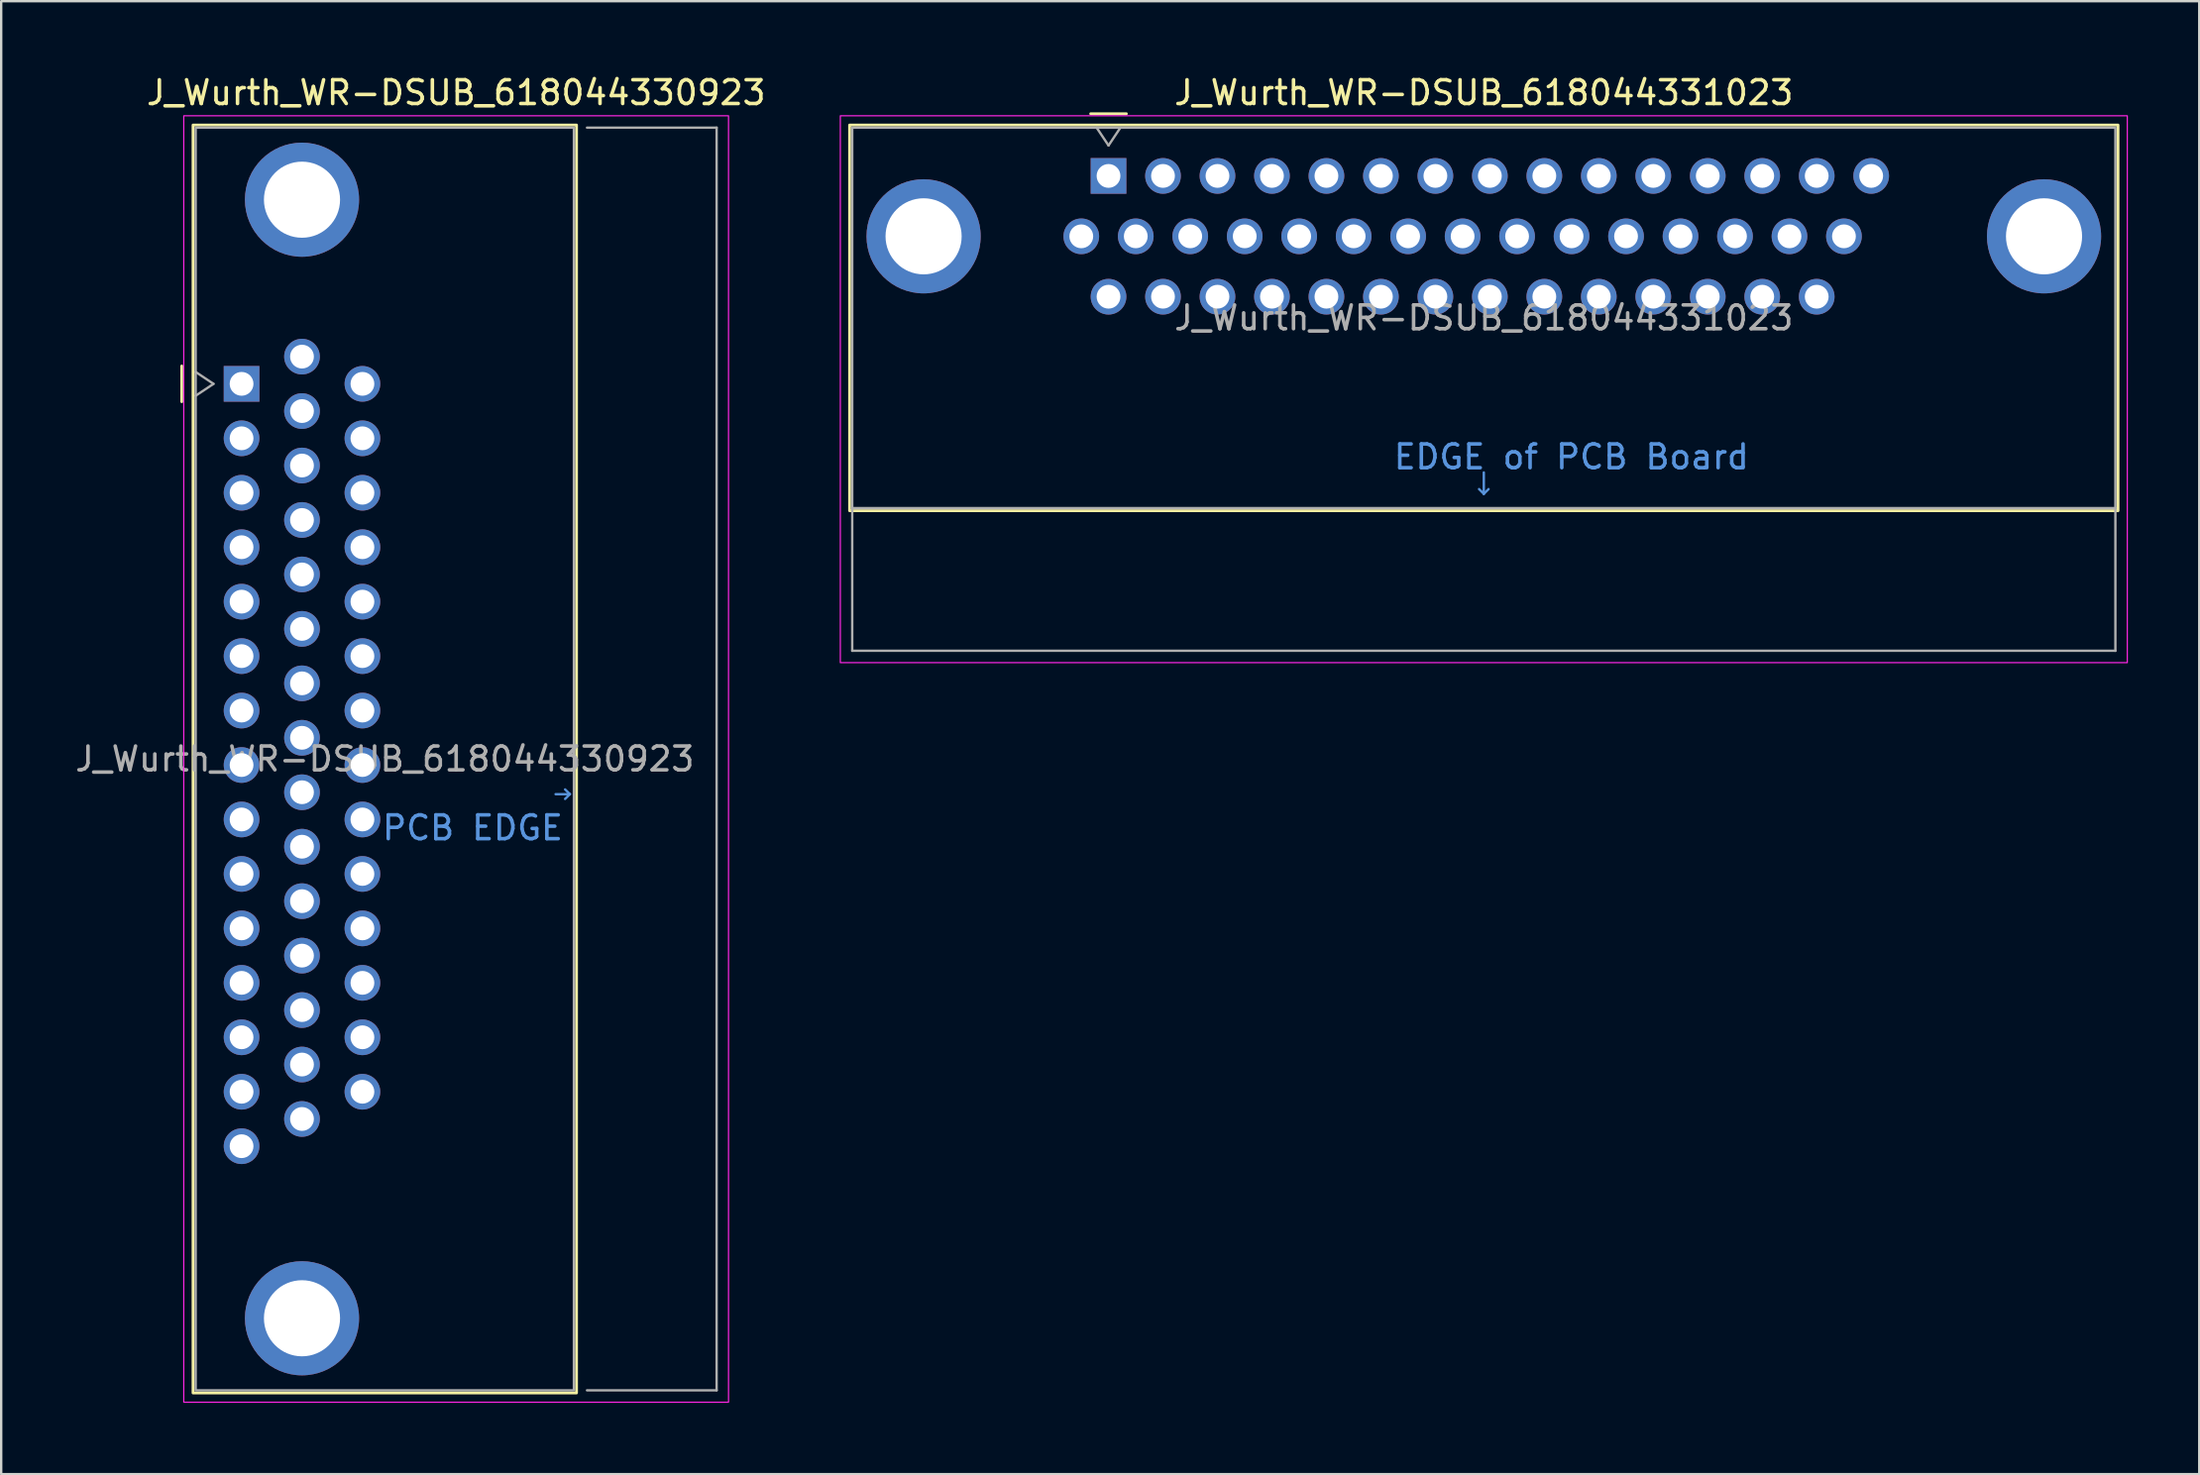
<source format=kicad_pcb>
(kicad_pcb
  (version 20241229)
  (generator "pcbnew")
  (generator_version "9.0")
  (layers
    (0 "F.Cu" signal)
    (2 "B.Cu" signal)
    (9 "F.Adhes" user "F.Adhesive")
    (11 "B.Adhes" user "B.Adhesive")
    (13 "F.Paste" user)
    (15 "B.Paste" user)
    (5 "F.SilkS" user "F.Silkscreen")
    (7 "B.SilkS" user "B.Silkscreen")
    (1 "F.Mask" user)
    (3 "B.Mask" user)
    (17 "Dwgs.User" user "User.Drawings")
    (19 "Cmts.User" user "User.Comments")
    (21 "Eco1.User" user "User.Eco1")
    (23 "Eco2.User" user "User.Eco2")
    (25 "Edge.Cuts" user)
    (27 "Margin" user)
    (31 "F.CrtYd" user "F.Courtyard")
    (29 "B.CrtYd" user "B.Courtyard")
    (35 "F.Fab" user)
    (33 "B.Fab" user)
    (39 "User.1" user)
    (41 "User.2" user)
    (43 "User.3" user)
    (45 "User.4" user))
  (footprint "J_Wurth_WR-DSUB_618044331023"
    (layer "F.Cu")
    (at 43.549 4.348)
    (property "Reference" "J_Wurth_WR-DSUB_618044331023" (at 15.776 -3.5 0) (unlocked yes) (layer "F.SilkS") (effects (font (size 1 1) (thickness 0.15))))
    (attr through_hole)
    (fp_line (start 0.75 -2.615) (end -0.75 -2.615) (stroke (width 0.12) (type solid)) (layer "F.SilkS"))
    (fp_rect (start -10.884 -2.14) (end 42.436 14.08) (stroke (width 0.12) (type solid)) (fill no) (layer "F.SilkS"))
    (fp_line (start 15.776 12.47) (end 15.776 13.37) (stroke (width 0.1) (type solid)) (layer "Cmts.User"))
    (fp_line (start 15.776 13.37) (end 15.576 13.17) (stroke (width 0.1) (type solid)) (layer "Cmts.User"))
    (fp_line (start 15.776 13.37) (end 15.976 13.17) (stroke (width 0.1) (type solid)) (layer "Cmts.User"))
    (fp_rect (start -11.274 -2.53) (end 42.826 20.47) (stroke (width 0.05) (type solid)) (fill no) (layer "F.CrtYd"))
    (fp_line (start -10.774 19.97) (end -10.774 13.97) (stroke (width 0.1) (type solid)) (layer "F.Fab"))
    (fp_line (start 0 -1.28) (end -0.5 -2.03) (stroke (width 0.1) (type solid)) (layer "F.Fab"))
    (fp_line (start 0 -1.28) (end 0.5 -2.03) (stroke (width 0.1) (type solid)) (layer "F.Fab"))
    (fp_line (start 42.326 13.97) (end 42.326 19.97) (stroke (width 0.1) (type solid)) (layer "F.Fab"))
    (fp_line (start 42.326 19.97) (end -10.774 19.97) (stroke (width 0.1) (type solid)) (layer "F.Fab"))
    (fp_rect (start -10.774 -2.03) (end 42.326 13.97) (stroke (width 0.1) (type solid)) (fill no) (layer "F.Fab"))
    (fp_text user " EDGE of PCB Board" (at 11.146 12.4 0) (unlocked yes) (layer "Cmts.User") (effects (font (size 1 1) (thickness 0.15)) (justify left bottom)))
    (fp_text user "${REFERENCE}" (at 15.776 5.97 0) (unlocked yes) (layer "F.Fab") (effects (font (size 1 1) (thickness 0.15))))
    (pad "1" thru_hole rect (at 0 0) (size 1.5 1.5) (drill 1) (layers "*.Cu" "*.Mask"))
    (pad "2" thru_hole circle (at 2.29 0) (size 1.5 1.5) (drill 1) (layers "*.Cu" "*.Mask"))
    (pad "3" thru_hole circle (at 4.58 0) (size 1.5 1.5) (drill 1) (layers "*.Cu" "*.Mask"))
    (pad "4" thru_hole circle (at 6.87 0) (size 1.5 1.5) (drill 1) (layers "*.Cu" "*.Mask"))
    (pad "5" thru_hole circle (at 9.16 0) (size 1.5 1.5) (drill 1) (layers "*.Cu" "*.Mask"))
    (pad "6" thru_hole circle (at 11.45 0) (size 1.5 1.5) (drill 1) (layers "*.Cu" "*.Mask"))
    (pad "7" thru_hole circle (at 13.74 0) (size 1.5 1.5) (drill 1) (layers "*.Cu" "*.Mask"))
    (pad "8" thru_hole circle (at 16.03 0) (size 1.5 1.5) (drill 1) (layers "*.Cu" "*.Mask"))
    (pad "9" thru_hole circle (at 18.32 0) (size 1.5 1.5) (drill 1) (layers "*.Cu" "*.Mask"))
    (pad "10" thru_hole circle (at 20.61 0) (size 1.5 1.5) (drill 1) (layers "*.Cu" "*.Mask"))
    (pad "11" thru_hole circle (at 22.9 0) (size 1.5 1.5) (drill 1) (layers "*.Cu" "*.Mask"))
    (pad "12" thru_hole circle (at 25.19 0) (size 1.5 1.5) (drill 1) (layers "*.Cu" "*.Mask"))
    (pad "13" thru_hole circle (at 27.48 0) (size 1.5 1.5) (drill 1) (layers "*.Cu" "*.Mask"))
    (pad "14" thru_hole circle (at 29.77 0) (size 1.5 1.5) (drill 1) (layers "*.Cu" "*.Mask"))
    (pad "15" thru_hole circle (at 32.06 0) (size 1.5 1.5) (drill 1) (layers "*.Cu" "*.Mask"))
    (pad "16" thru_hole circle (at -1.145 2.54) (size 1.5 1.5) (drill 1) (layers "*.Cu" "*.Mask"))
    (pad "17" thru_hole circle (at 1.145 2.54) (size 1.5 1.5) (drill 1) (layers "*.Cu" "*.Mask"))
    (pad "18" thru_hole circle (at 3.435 2.54) (size 1.5 1.5) (drill 1) (layers "*.Cu" "*.Mask"))
    (pad "19" thru_hole circle (at 5.725 2.54) (size 1.5 1.5) (drill 1) (layers "*.Cu" "*.Mask"))
    (pad "20" thru_hole circle (at 8.015 2.54) (size 1.5 1.5) (drill 1) (layers "*.Cu" "*.Mask"))
    (pad "21" thru_hole circle (at 10.305 2.54) (size 1.5 1.5) (drill 1) (layers "*.Cu" "*.Mask"))
    (pad "22" thru_hole circle (at 12.595 2.54) (size 1.5 1.5) (drill 1) (layers "*.Cu" "*.Mask"))
    (pad "23" thru_hole circle (at 14.885 2.54) (size 1.5 1.5) (drill 1) (layers "*.Cu" "*.Mask"))
    (pad "24" thru_hole circle (at 17.175 2.54) (size 1.5 1.5) (drill 1) (layers "*.Cu" "*.Mask"))
    (pad "25" thru_hole circle (at 19.465 2.54) (size 1.5 1.5) (drill 1) (layers "*.Cu" "*.Mask"))
    (pad "26" thru_hole circle (at 21.755 2.54) (size 1.5 1.5) (drill 1) (layers "*.Cu" "*.Mask"))
    (pad "27" thru_hole circle (at 24.045 2.54) (size 1.5 1.5) (drill 1) (layers "*.Cu" "*.Mask"))
    (pad "28" thru_hole circle (at 26.335 2.54) (size 1.5 1.5) (drill 1) (layers "*.Cu" "*.Mask"))
    (pad "29" thru_hole circle (at 28.625 2.54) (size 1.5 1.5) (drill 1) (layers "*.Cu" "*.Mask"))
    (pad "30" thru_hole circle (at 30.915 2.54) (size 1.5 1.5) (drill 1) (layers "*.Cu" "*.Mask"))
    (pad "31" thru_hole circle (at 0 5.08) (size 1.5 1.5) (drill 1) (layers "*.Cu" "*.Mask"))
    (pad "32" thru_hole circle (at 2.29 5.08) (size 1.5 1.5) (drill 1) (layers "*.Cu" "*.Mask"))
    (pad "33" thru_hole circle (at 4.58 5.08) (size 1.5 1.5) (drill 1) (layers "*.Cu" "*.Mask"))
    (pad "34" thru_hole circle (at 6.87 5.08) (size 1.5 1.5) (drill 1) (layers "*.Cu" "*.Mask"))
    (pad "35" thru_hole circle (at 9.16 5.08) (size 1.5 1.5) (drill 1) (layers "*.Cu" "*.Mask"))
    (pad "36" thru_hole circle (at 11.45 5.08) (size 1.5 1.5) (drill 1) (layers "*.Cu" "*.Mask"))
    (pad "37" thru_hole circle (at 13.74 5.08) (size 1.5 1.5) (drill 1) (layers "*.Cu" "*.Mask"))
    (pad "38" thru_hole circle (at 16.03 5.08) (size 1.5 1.5) (drill 1) (layers "*.Cu" "*.Mask"))
    (pad "39" thru_hole circle (at 18.32 5.08) (size 1.5 1.5) (drill 1) (layers "*.Cu" "*.Mask"))
    (pad "40" thru_hole circle (at 20.61 5.08) (size 1.5 1.5) (drill 1) (layers "*.Cu" "*.Mask"))
    (pad "41" thru_hole circle (at 22.9 5.08) (size 1.5 1.5) (drill 1) (layers "*.Cu" "*.Mask"))
    (pad "42" thru_hole circle (at 25.19 5.08) (size 1.5 1.5) (drill 1) (layers "*.Cu" "*.Mask"))
    (pad "43" thru_hole circle (at 27.48 5.08) (size 1.5 1.5) (drill 1) (layers "*.Cu" "*.Mask"))
    (pad "44" thru_hole circle (at 29.77 5.08) (size 1.5 1.5) (drill 1) (layers "*.Cu" "*.Mask"))
    (pad "S1" thru_hole circle (at -7.774 2.54) (size 4.8 4.8) (drill 3.2) (layers "*.Cu" "*.Mask"))
    (pad "S2" thru_hole circle (at 39.326 2.54) (size 4.8 4.8) (drill 3.2) (layers "*.Cu" "*.Mask")))
  (footprint "J_Wurth_WR-DSUB_618044330923"
    (layer "F.Cu")
    (at 7.105 13.092)
    (property "Reference" "J_Wurth_WR-DSUB_618044330923" (at 9.02 -12.244 0) (unlocked yes) (layer "F.SilkS") (effects (font (size 1 1) (thickness 0.15))))
    (attr through_hole)
    (fp_line (start -2.515 -0.75) (end -2.515 0.75) (stroke (width 0.12) (type solid)) (layer "F.SilkS"))
    (fp_rect (start -2.04 -10.884) (end 14.08 42.436) (stroke (width 0.12) (type solid)) (fill no) (layer "F.SilkS"))
    (fp_line (start 13.2 17.256) (end 13.8 17.256) (stroke (width 0.1) (type solid)) (layer "Cmts.User"))
    (fp_line (start 13.8 17.256) (end 13.6 17.056) (stroke (width 0.1) (type solid)) (layer "Cmts.User"))
    (fp_line (start 13.8 17.256) (end 13.6 17.456) (stroke (width 0.1) (type solid)) (layer "Cmts.User"))
    (fp_rect (start -2.43 -11.274) (end 20.47 42.826) (stroke (width 0.05) (type solid)) (fill no) (layer "F.CrtYd"))
    (fp_line (start -1.18 0) (end -1.93 -0.5) (stroke (width 0.1) (type solid)) (layer "F.Fab"))
    (fp_line (start -1.18 0) (end -1.93 0.5) (stroke (width 0.1) (type solid)) (layer "F.Fab"))
    (fp_line (start 14.52 -10.774) (end 19.97 -10.774) (stroke (width 0.1) (type solid)) (layer "F.Fab"))
    (fp_line (start 19.97 -10.774) (end 19.97 42.326) (stroke (width 0.1) (type solid)) (layer "F.Fab"))
    (fp_line (start 19.97 42.326) (end 14.52 42.326) (stroke (width 0.1) (type solid)) (layer "F.Fab"))
    (fp_rect (start -1.93 -10.774) (end 13.97 42.326) (stroke (width 0.1) (type solid)) (fill no) (layer "F.Fab"))
    (fp_text user "PCB EDGE" (at 5.83 19.256 0) (unlocked yes) (layer "Cmts.User") (effects (font (size 1 1) (thickness 0.15)) (justify left bottom)))
    (fp_text user "${REFERENCE}" (at 6.02 15.776 0) (unlocked yes) (layer "F.Fab") (effects (font (size 1 1) (thickness 0.15))))
    (pad "1" thru_hole rect (at 0 0 90) (size 1.5 1.5) (drill 1) (layers "*.Cu" "*.Mask"))
    (pad "2" thru_hole circle (at 0 2.29 90) (size 1.5 1.5) (drill 1) (layers "*.Cu" "*.Mask"))
    (pad "3" thru_hole circle (at 0 4.58 90) (size 1.5 1.5) (drill 1) (layers "*.Cu" "*.Mask"))
    (pad "4" thru_hole circle (at 0 6.87 90) (size 1.5 1.5) (drill 1) (layers "*.Cu" "*.Mask"))
    (pad "5" thru_hole circle (at 0 9.16 90) (size 1.5 1.5) (drill 1) (layers "*.Cu" "*.Mask"))
    (pad "6" thru_hole circle (at 0 11.45 90) (size 1.5 1.5) (drill 1) (layers "*.Cu" "*.Mask"))
    (pad "7" thru_hole circle (at 0 13.74 90) (size 1.5 1.5) (drill 1) (layers "*.Cu" "*.Mask"))
    (pad "8" thru_hole circle (at 0 16.03 180) (size 1.5 1.5) (drill 1) (layers "*.Cu" "*.Mask"))
    (pad "9" thru_hole circle (at 0 18.32 90) (size 1.5 1.5) (drill 1) (layers "*.Cu" "*.Mask"))
    (pad "10" thru_hole circle (at 0 20.61 90) (size 1.5 1.5) (drill 1) (layers "*.Cu" "*.Mask"))
    (pad "11" thru_hole circle (at 0 22.9 90) (size 1.5 1.5) (drill 1) (layers "*.Cu" "*.Mask"))
    (pad "12" thru_hole circle (at 0 25.19 90) (size 1.5 1.5) (drill 1) (layers "*.Cu" "*.Mask"))
    (pad "13" thru_hole circle (at 0 27.48 90) (size 1.5 1.5) (drill 1) (layers "*.Cu" "*.Mask"))
    (pad "14" thru_hole circle (at 0 29.77 90) (size 1.5 1.5) (drill 1) (layers "*.Cu" "*.Mask"))
    (pad "15" thru_hole circle (at 0 32.06 90) (size 1.5 1.5) (drill 1) (layers "*.Cu" "*.Mask"))
    (pad "16" thru_hole circle (at 2.54 -1.145 90) (size 1.5 1.5) (drill 1) (layers "*.Cu" "*.Mask"))
    (pad "17" thru_hole circle (at 2.54 1.145 90) (size 1.5 1.5) (drill 1) (layers "*.Cu" "*.Mask"))
    (pad "18" thru_hole circle (at 2.54 3.435 90) (size 1.5 1.5) (drill 1) (layers "*.Cu" "*.Mask"))
    (pad "19" thru_hole circle (at 2.54 5.725 90) (size 1.5 1.5) (drill 1) (layers "*.Cu" "*.Mask"))
    (pad "20" thru_hole circle (at 2.54 8.015 90) (size 1.5 1.5) (drill 1) (layers "*.Cu" "*.Mask"))
    (pad "21" thru_hole circle (at 2.54 10.305 90) (size 1.5 1.5) (drill 1) (layers "*.Cu" "*.Mask"))
    (pad "22" thru_hole circle (at 2.54 12.595 90) (size 1.5 1.5) (drill 1) (layers "*.Cu" "*.Mask"))
    (pad "23" thru_hole circle (at 2.54 14.885 90) (size 1.5 1.5) (drill 1) (layers "*.Cu" "*.Mask"))
    (pad "24" thru_hole circle (at 2.54 17.175 90) (size 1.5 1.5) (drill 1) (layers "*.Cu" "*.Mask"))
    (pad "25" thru_hole circle (at 2.54 19.465 90) (size 1.5 1.5) (drill 1) (layers "*.Cu" "*.Mask"))
    (pad "26" thru_hole circle (at 2.54 21.755 90) (size 1.5 1.5) (drill 1) (layers "*.Cu" "*.Mask"))
    (pad "27" thru_hole circle (at 2.54 24.045 90) (size 1.5 1.5) (drill 1) (layers "*.Cu" "*.Mask"))
    (pad "28" thru_hole circle (at 2.54 26.335 90) (size 1.5 1.5) (drill 1) (layers "*.Cu" "*.Mask"))
    (pad "29" thru_hole circle (at 2.54 28.625 90) (size 1.5 1.5) (drill 1) (layers "*.Cu" "*.Mask"))
    (pad "30" thru_hole circle (at 2.54 30.915 90) (size 1.5 1.5) (drill 1) (layers "*.Cu" "*.Mask"))
    (pad "31" thru_hole circle (at 5.08 0 90) (size 1.5 1.5) (drill 1) (layers "*.Cu" "*.Mask"))
    (pad "32" thru_hole circle (at 5.08 2.29 90) (size 1.5 1.5) (drill 1) (layers "*.Cu" "*.Mask"))
    (pad "33" thru_hole circle (at 5.08 4.58 90) (size 1.5 1.5) (drill 1) (layers "*.Cu" "*.Mask"))
    (pad "34" thru_hole circle (at 5.08 6.87 90) (size 1.5 1.5) (drill 1) (layers "*.Cu" "*.Mask"))
    (pad "35" thru_hole circle (at 5.08 9.16 90) (size 1.5 1.5) (drill 1) (layers "*.Cu" "*.Mask"))
    (pad "36" thru_hole circle (at 5.08 11.45 90) (size 1.5 1.5) (drill 1) (layers "*.Cu" "*.Mask"))
    (pad "37" thru_hole circle (at 5.08 13.74 90) (size 1.5 1.5) (drill 1) (layers "*.Cu" "*.Mask"))
    (pad "38" thru_hole circle (at 5.08 16.03 90) (size 1.5 1.5) (drill 1) (layers "*.Cu" "*.Mask"))
    (pad "39" thru_hole circle (at 5.08 18.32 90) (size 1.5 1.5) (drill 1) (layers "*.Cu" "*.Mask"))
    (pad "40" thru_hole circle (at 5.08 20.61 90) (size 1.5 1.5) (drill 1) (layers "*.Cu" "*.Mask"))
    (pad "41" thru_hole circle (at 5.08 22.9 90) (size 1.5 1.5) (drill 1) (layers "*.Cu" "*.Mask"))
    (pad "42" thru_hole circle (at 5.08 25.19 90) (size 1.5 1.5) (drill 1) (layers "*.Cu" "*.Mask"))
    (pad "43" thru_hole circle (at 5.08 27.48 90) (size 1.5 1.5) (drill 1) (layers "*.Cu" "*.Mask"))
    (pad "44" thru_hole circle (at 5.08 29.77 90) (size 1.5 1.5) (drill 1) (layers "*.Cu" "*.Mask"))
    (pad "S1" thru_hole circle (at 2.54 39.296 90) (size 4.8 4.8) (drill 3.2) (layers "*.Cu" "*.Mask"))
    (pad "S2" thru_hole circle (at 2.54 -7.744 90) (size 4.8 4.8) (drill 3.2) (layers "*.Cu" "*.Mask")))
  (gr_rect
    (start -3 -3)
    (end 89.4 58.943)
    (stroke (width 0.1) (type default))
    (fill no)
    (layer "Edge.Cuts")))
</source>
